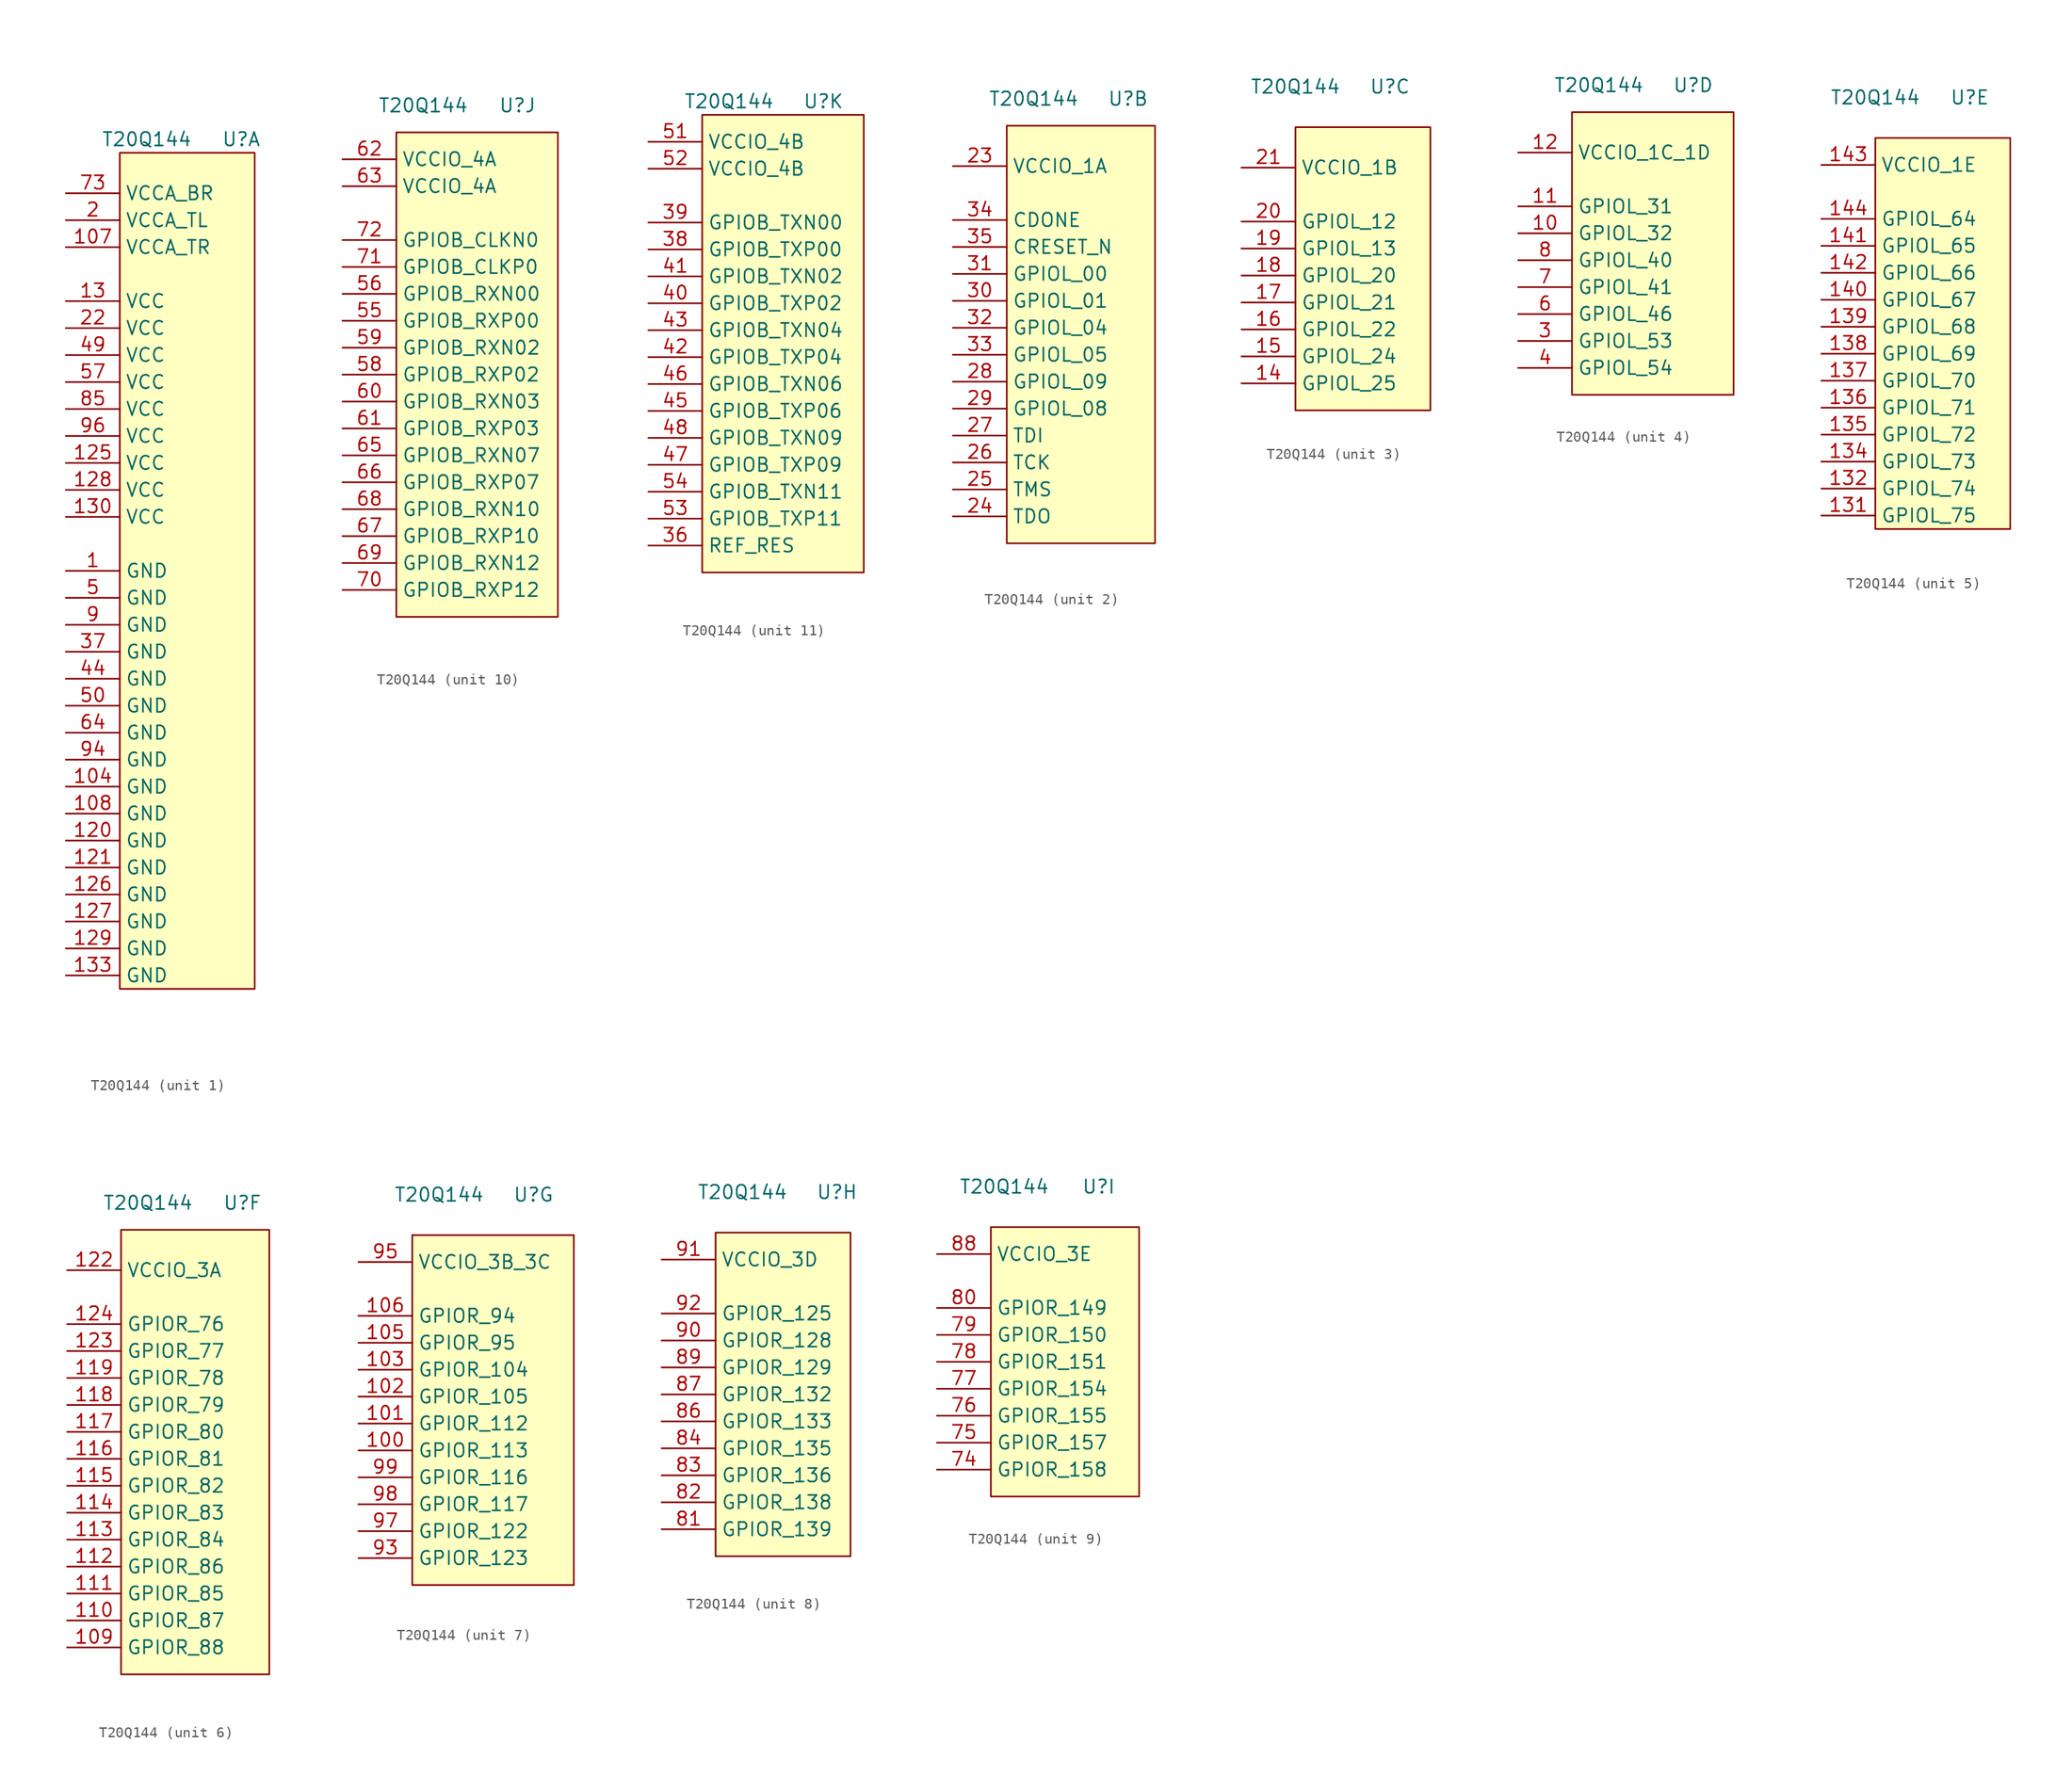
<source format=kicad_sym>
(kicad_symbol_lib
  (version 20211014)
  (generator kicad_symbol_editor)
  (symbol "T20Q144"
    (property "Reference" "U"
      (at 3.81 1.27 0)
      (effects (font (size 1.27 1.27))))
    (property "Value" "T20Q144"
      (at -5.08 1.27 0)
      (effects (font (size 1.27 1.27))))
    (property "ki_locked" ""
      (at 0 0 0)
      (effects (font (size 1.27 1.27))))
    (symbol "T20Q144_1_1"
      (rectangle (start -7.62 -78.74) (end 5.08 0) (stroke (width 0) (type default) (color 0 0 0 0)) (fill (type background)))
      (pin power_in line (at -12.7 -39.37 0) (length 5.08) (name "GND" (effects (font (size 1.27 1.27)))) (number "1" (effects (font (size 1.27 1.27)))))
      (pin power_in line (at -12.7 -59.69 0) (length 5.08) (name "GND" (effects (font (size 1.27 1.27)))) (number "104" (effects (font (size 1.27 1.27)))))
      (pin power_in line (at -12.7 -8.89 0) (length 5.08) (name "VCCA_TR" (effects (font (size 1.27 1.27)))) (number "107" (effects (font (size 1.27 1.27)))))
      (pin power_in line (at -12.7 -62.23 0) (length 5.08) (name "GND" (effects (font (size 1.27 1.27)))) (number "108" (effects (font (size 1.27 1.27)))))
      (pin power_in line (at -12.7 -64.77 0) (length 5.08) (name "GND" (effects (font (size 1.27 1.27)))) (number "120" (effects (font (size 1.27 1.27)))))
      (pin power_in line (at -12.7 -67.31 0) (length 5.08) (name "GND" (effects (font (size 1.27 1.27)))) (number "121" (effects (font (size 1.27 1.27)))))
      (pin power_in line (at -12.7 -29.21 0) (length 5.08) (name "VCC" (effects (font (size 1.27 1.27)))) (number "125" (effects (font (size 1.27 1.27)))))
      (pin power_in line (at -12.7 -69.85 0) (length 5.08) (name "GND" (effects (font (size 1.27 1.27)))) (number "126" (effects (font (size 1.27 1.27)))))
      (pin power_in line (at -12.7 -72.39 0) (length 5.08) (name "GND" (effects (font (size 1.27 1.27)))) (number "127" (effects (font (size 1.27 1.27)))))
      (pin power_in line (at -12.7 -31.75 0) (length 5.08) (name "VCC" (effects (font (size 1.27 1.27)))) (number "128" (effects (font (size 1.27 1.27)))))
      (pin power_in line (at -12.7 -74.93 0) (length 5.08) (name "GND" (effects (font (size 1.27 1.27)))) (number "129" (effects (font (size 1.27 1.27)))))
      (pin power_in line (at -12.7 -13.97 0) (length 5.08) (name "VCC" (effects (font (size 1.27 1.27)))) (number "13" (effects (font (size 1.27 1.27)))))
      (pin power_in line (at -12.7 -34.29 0) (length 5.08) (name "VCC" (effects (font (size 1.27 1.27)))) (number "130" (effects (font (size 1.27 1.27)))))
      (pin power_in line (at -12.7 -77.47 0) (length 5.08) (name "GND" (effects (font (size 1.27 1.27)))) (number "133" (effects (font (size 1.27 1.27)))))
      (pin power_in line (at -12.7 -6.35 0) (length 5.08) (name "VCCA_TL" (effects (font (size 1.27 1.27)))) (number "2" (effects (font (size 1.27 1.27)))))
      (pin power_in line (at -12.7 -16.51 0) (length 5.08) (name "VCC" (effects (font (size 1.27 1.27)))) (number "22" (effects (font (size 1.27 1.27)))))
      (pin power_in line (at -12.7 -46.99 0) (length 5.08) (name "GND" (effects (font (size 1.27 1.27)))) (number "37" (effects (font (size 1.27 1.27)))))
      (pin power_in line (at -12.7 -49.53 0) (length 5.08) (name "GND" (effects (font (size 1.27 1.27)))) (number "44" (effects (font (size 1.27 1.27)))))
      (pin power_in line (at -12.7 -19.05 0) (length 5.08) (name "VCC" (effects (font (size 1.27 1.27)))) (number "49" (effects (font (size 1.27 1.27)))))
      (pin power_in line (at -12.7 -41.91 0) (length 5.08) (name "GND" (effects (font (size 1.27 1.27)))) (number "5" (effects (font (size 1.27 1.27)))))
      (pin power_in line (at -12.7 -52.07 0) (length 5.08) (name "GND" (effects (font (size 1.27 1.27)))) (number "50" (effects (font (size 1.27 1.27)))))
      (pin power_in line (at -12.7 -21.59 0) (length 5.08) (name "VCC" (effects (font (size 1.27 1.27)))) (number "57" (effects (font (size 1.27 1.27)))))
      (pin power_in line (at -12.7 -54.61 0) (length 5.08) (name "GND" (effects (font (size 1.27 1.27)))) (number "64" (effects (font (size 1.27 1.27)))))
      (pin power_in line (at -12.7 -3.81 0) (length 5.08) (name "VCCA_BR" (effects (font (size 1.27 1.27)))) (number "73" (effects (font (size 1.27 1.27)))))
      (pin power_in line (at -12.7 -24.13 0) (length 5.08) (name "VCC" (effects (font (size 1.27 1.27)))) (number "85" (effects (font (size 1.27 1.27)))))
      (pin power_in line (at -12.7 -44.45 0) (length 5.08) (name "GND" (effects (font (size 1.27 1.27)))) (number "9" (effects (font (size 1.27 1.27)))))
      (pin power_in line (at -12.7 -57.15 0) (length 5.08) (name "GND" (effects (font (size 1.27 1.27)))) (number "94" (effects (font (size 1.27 1.27)))))
      (pin power_in line (at -12.7 -26.67 0) (length 5.08) (name "VCC" (effects (font (size 1.27 1.27)))) (number "96" (effects (font (size 1.27 1.27))))))
    (symbol "T20Q144_2_1"
      (rectangle (start -7.62 -40.64) (end 6.35 -1.27) (stroke (width 0) (type default) (color 0 0 0 0)) (fill (type background)))
      (pin power_in line (at -12.7 -5.08 0) (length 5.08) (name "VCCIO_1A" (effects (font (size 1.27 1.27)))) (number "23" (effects (font (size 1.27 1.27)))))
      (pin output line (at -12.7 -38.1 0) (length 5.08) (name "TDO" (effects (font (size 1.27 1.27)))) (number "24" (effects (font (size 1.27 1.27)))))
      (pin input line (at -12.7 -35.56 0) (length 5.08) (name "TMS" (effects (font (size 1.27 1.27)))) (number "25" (effects (font (size 1.27 1.27)))))
      (pin input line (at -12.7 -33.02 0) (length 5.08) (name "TCK" (effects (font (size 1.27 1.27)))) (number "26" (effects (font (size 1.27 1.27)))))
      (pin input line (at -12.7 -30.48 0) (length 5.08) (name "TDI" (effects (font (size 1.27 1.27)))) (number "27" (effects (font (size 1.27 1.27)))))
      (pin bidirectional line (at -12.7 -25.4 0) (length 5.08) (name "GPIOL_09" (effects (font (size 1.27 1.27)))) (number "28" (effects (font (size 1.27 1.27)))))
      (pin bidirectional line (at -12.7 -27.94 0) (length 5.08) (name "GPIOL_08" (effects (font (size 1.27 1.27)))) (number "29" (effects (font (size 1.27 1.27)))))
      (pin bidirectional line (at -12.7 -17.78 0) (length 5.08) (name "GPIOL_01" (effects (font (size 1.27 1.27)))) (number "30" (effects (font (size 1.27 1.27)))))
      (pin bidirectional line (at -12.7 -15.24 0) (length 5.08) (name "GPIOL_00" (effects (font (size 1.27 1.27)))) (number "31" (effects (font (size 1.27 1.27)))))
      (pin bidirectional line (at -12.7 -20.32 0) (length 5.08) (name "GPIOL_04" (effects (font (size 1.27 1.27)))) (number "32" (effects (font (size 1.27 1.27)))))
      (pin bidirectional line (at -12.7 -22.86 0) (length 5.08) (name "GPIOL_05" (effects (font (size 1.27 1.27)))) (number "33" (effects (font (size 1.27 1.27)))))
      (pin input line (at -12.7 -10.16 0) (length 5.08) (name "CDONE" (effects (font (size 1.27 1.27)))) (number "34" (effects (font (size 1.27 1.27)))))
      (pin input line (at -12.7 -12.7 0) (length 5.08) (name "CRESET_N" (effects (font (size 1.27 1.27)))) (number "35" (effects (font (size 1.27 1.27))))))
    (symbol "T20Q144_3_1"
      (rectangle (start -5.08 -29.21) (end 7.62 -2.54) (stroke (width 0) (type default) (color 0 0 0 0)) (fill (type background)))
      (pin bidirectional line (at -10.16 -26.67 0) (length 5.08) (name "GPIOL_25" (effects (font (size 1.27 1.27)))) (number "14" (effects (font (size 1.27 1.27)))))
      (pin bidirectional line (at -10.16 -24.13 0) (length 5.08) (name "GPIOL_24" (effects (font (size 1.27 1.27)))) (number "15" (effects (font (size 1.27 1.27)))))
      (pin bidirectional line (at -10.16 -21.59 0) (length 5.08) (name "GPIOL_22" (effects (font (size 1.27 1.27)))) (number "16" (effects (font (size 1.27 1.27)))))
      (pin bidirectional line (at -10.16 -19.05 0) (length 5.08) (name "GPIOL_21" (effects (font (size 1.27 1.27)))) (number "17" (effects (font (size 1.27 1.27)))))
      (pin bidirectional line (at -10.16 -16.51 0) (length 5.08) (name "GPIOL_20" (effects (font (size 1.27 1.27)))) (number "18" (effects (font (size 1.27 1.27)))))
      (pin bidirectional line (at -10.16 -13.97 0) (length 5.08) (name "GPIOL_13" (effects (font (size 1.27 1.27)))) (number "19" (effects (font (size 1.27 1.27)))))
      (pin bidirectional line (at -10.16 -11.43 0) (length 5.08) (name "GPIOL_12" (effects (font (size 1.27 1.27)))) (number "20" (effects (font (size 1.27 1.27)))))
      (pin power_in line (at -10.16 -6.35 0) (length 5.08) (name "VCCIO_1B" (effects (font (size 1.27 1.27)))) (number "21" (effects (font (size 1.27 1.27))))))
    (symbol "T20Q144_4_1"
      (rectangle (start -7.62 -27.94) (end 7.62 -1.27) (stroke (width 0) (type default) (color 0 0 0 0)) (fill (type background)))
      (pin bidirectional line (at -12.7 -12.7 0) (length 5.08) (name "GPIOL_32" (effects (font (size 1.27 1.27)))) (number "10" (effects (font (size 1.27 1.27)))))
      (pin bidirectional line (at -12.7 -10.16 0) (length 5.08) (name "GPIOL_31" (effects (font (size 1.27 1.27)))) (number "11" (effects (font (size 1.27 1.27)))))
      (pin power_in line (at -12.7 -5.08 0) (length 5.08) (name "VCCIO_1C_1D" (effects (font (size 1.27 1.27)))) (number "12" (effects (font (size 1.27 1.27)))))
      (pin bidirectional line (at -12.7 -22.86 0) (length 5.08) (name "GPIOL_53" (effects (font (size 1.27 1.27)))) (number "3" (effects (font (size 1.27 1.27)))))
      (pin bidirectional line (at -12.7 -25.4 0) (length 5.08) (name "GPIOL_54" (effects (font (size 1.27 1.27)))) (number "4" (effects (font (size 1.27 1.27)))))
      (pin bidirectional line (at -12.7 -20.32 0) (length 5.08) (name "GPIOL_46" (effects (font (size 1.27 1.27)))) (number "6" (effects (font (size 1.27 1.27)))))
      (pin bidirectional line (at -12.7 -17.78 0) (length 5.08) (name "GPIOL_41" (effects (font (size 1.27 1.27)))) (number "7" (effects (font (size 1.27 1.27)))))
      (pin bidirectional line (at -12.7 -15.24 0) (length 5.08) (name "GPIOL_40" (effects (font (size 1.27 1.27)))) (number "8" (effects (font (size 1.27 1.27))))))
    (symbol "T20Q144_5_1"
      (rectangle (start -5.08 -39.37) (end 7.62 -2.54) (stroke (width 0) (type default) (color 0 0 0 0)) (fill (type background)))
      (pin bidirectional line (at -10.16 -38.1 0) (length 5.08) (name "GPIOL_75" (effects (font (size 1.27 1.27)))) (number "131" (effects (font (size 1.27 1.27)))))
      (pin bidirectional line (at -10.16 -35.56 0) (length 5.08) (name "GPIOL_74" (effects (font (size 1.27 1.27)))) (number "132" (effects (font (size 1.27 1.27)))))
      (pin bidirectional line (at -10.16 -33.02 0) (length 5.08) (name "GPIOL_73" (effects (font (size 1.27 1.27)))) (number "134" (effects (font (size 1.27 1.27)))))
      (pin bidirectional line (at -10.16 -30.48 0) (length 5.08) (name "GPIOL_72" (effects (font (size 1.27 1.27)))) (number "135" (effects (font (size 1.27 1.27)))))
      (pin bidirectional line (at -10.16 -27.94 0) (length 5.08) (name "GPIOL_71" (effects (font (size 1.27 1.27)))) (number "136" (effects (font (size 1.27 1.27)))))
      (pin bidirectional line (at -10.16 -25.4 0) (length 5.08) (name "GPIOL_70" (effects (font (size 1.27 1.27)))) (number "137" (effects (font (size 1.27 1.27)))))
      (pin bidirectional line (at -10.16 -22.86 0) (length 5.08) (name "GPIOL_69" (effects (font (size 1.27 1.27)))) (number "138" (effects (font (size 1.27 1.27)))))
      (pin bidirectional line (at -10.16 -20.32 0) (length 5.08) (name "GPIOL_68" (effects (font (size 1.27 1.27)))) (number "139" (effects (font (size 1.27 1.27)))))
      (pin bidirectional line (at -10.16 -17.78 0) (length 5.08) (name "GPIOL_67" (effects (font (size 1.27 1.27)))) (number "140" (effects (font (size 1.27 1.27)))))
      (pin bidirectional line (at -10.16 -12.7 0) (length 5.08) (name "GPIOL_65" (effects (font (size 1.27 1.27)))) (number "141" (effects (font (size 1.27 1.27)))))
      (pin bidirectional line (at -10.16 -15.24 0) (length 5.08) (name "GPIOL_66" (effects (font (size 1.27 1.27)))) (number "142" (effects (font (size 1.27 1.27)))))
      (pin power_in line (at -10.16 -5.08 0) (length 5.08) (name "VCCIO_1E" (effects (font (size 1.27 1.27)))) (number "143" (effects (font (size 1.27 1.27)))))
      (pin bidirectional line (at -10.16 -10.16 0) (length 5.08) (name "GPIOL_64" (effects (font (size 1.27 1.27)))) (number "144" (effects (font (size 1.27 1.27))))))
    (symbol "T20Q144_6_1"
      (rectangle (start -7.62 -43.18) (end 6.35 -1.27) (stroke (width 0) (type default) (color 0 0 0 0)) (fill (type background)))
      (pin bidirectional line (at -12.7 -40.64 0) (length 5.08) (name "GPIOR_88" (effects (font (size 1.27 1.27)))) (number "109" (effects (font (size 1.27 1.27)))))
      (pin bidirectional line (at -12.7 -38.1 0) (length 5.08) (name "GPIOR_87" (effects (font (size 1.27 1.27)))) (number "110" (effects (font (size 1.27 1.27)))))
      (pin bidirectional line (at -12.7 -35.56 0) (length 5.08) (name "GPIOR_85" (effects (font (size 1.27 1.27)))) (number "111" (effects (font (size 1.27 1.27)))))
      (pin bidirectional line (at -12.7 -33.02 0) (length 5.08) (name "GPIOR_86" (effects (font (size 1.27 1.27)))) (number "112" (effects (font (size 1.27 1.27)))))
      (pin bidirectional line (at -12.7 -30.48 0) (length 5.08) (name "GPIOR_84" (effects (font (size 1.27 1.27)))) (number "113" (effects (font (size 1.27 1.27)))))
      (pin bidirectional line (at -12.7 -27.94 0) (length 5.08) (name "GPIOR_83" (effects (font (size 1.27 1.27)))) (number "114" (effects (font (size 1.27 1.27)))))
      (pin bidirectional line (at -12.7 -25.4 0) (length 5.08) (name "GPIOR_82" (effects (font (size 1.27 1.27)))) (number "115" (effects (font (size 1.27 1.27)))))
      (pin bidirectional line (at -12.7 -22.86 0) (length 5.08) (name "GPIOR_81" (effects (font (size 1.27 1.27)))) (number "116" (effects (font (size 1.27 1.27)))))
      (pin bidirectional line (at -12.7 -20.32 0) (length 5.08) (name "GPIOR_80" (effects (font (size 1.27 1.27)))) (number "117" (effects (font (size 1.27 1.27)))))
      (pin bidirectional line (at -12.7 -17.78 0) (length 5.08) (name "GPIOR_79" (effects (font (size 1.27 1.27)))) (number "118" (effects (font (size 1.27 1.27)))))
      (pin bidirectional line (at -12.7 -15.24 0) (length 5.08) (name "GPIOR_78" (effects (font (size 1.27 1.27)))) (number "119" (effects (font (size 1.27 1.27)))))
      (pin power_in line (at -12.7 -5.08 0) (length 5.08) (name "VCCIO_3A" (effects (font (size 1.27 1.27)))) (number "122" (effects (font (size 1.27 1.27)))))
      (pin bidirectional line (at -12.7 -12.7 0) (length 5.08) (name "GPIOR_77" (effects (font (size 1.27 1.27)))) (number "123" (effects (font (size 1.27 1.27)))))
      (pin bidirectional line (at -12.7 -10.16 0) (length 5.08) (name "GPIOR_76" (effects (font (size 1.27 1.27)))) (number "124" (effects (font (size 1.27 1.27))))))
    (symbol "T20Q144_7_1"
      (rectangle (start -7.62 -35.56) (end 7.62 -2.54) (stroke (width 0) (type default) (color 0 0 0 0)) (fill (type background)))
      (pin bidirectional line (at -12.7 -22.86 0) (length 5.08) (name "GPIOR_113" (effects (font (size 1.27 1.27)))) (number "100" (effects (font (size 1.27 1.27)))))
      (pin bidirectional line (at -12.7 -20.32 0) (length 5.08) (name "GPIOR_112" (effects (font (size 1.27 1.27)))) (number "101" (effects (font (size 1.27 1.27)))))
      (pin bidirectional line (at -12.7 -17.78 0) (length 5.08) (name "GPIOR_105" (effects (font (size 1.27 1.27)))) (number "102" (effects (font (size 1.27 1.27)))))
      (pin bidirectional line (at -12.7 -15.24 0) (length 5.08) (name "GPIOR_104" (effects (font (size 1.27 1.27)))) (number "103" (effects (font (size 1.27 1.27)))))
      (pin bidirectional line (at -12.7 -12.7 0) (length 5.08) (name "GPIOR_95" (effects (font (size 1.27 1.27)))) (number "105" (effects (font (size 1.27 1.27)))))
      (pin bidirectional line (at -12.7 -10.16 0) (length 5.08) (name "GPIOR_94" (effects (font (size 1.27 1.27)))) (number "106" (effects (font (size 1.27 1.27)))))
      (pin bidirectional line (at -12.7 -33.02 0) (length 5.08) (name "GPIOR_123" (effects (font (size 1.27 1.27)))) (number "93" (effects (font (size 1.27 1.27)))))
      (pin power_in line (at -12.7 -5.08 0) (length 5.08) (name "VCCIO_3B_3C" (effects (font (size 1.27 1.27)))) (number "95" (effects (font (size 1.27 1.27)))))
      (pin bidirectional line (at -12.7 -30.48 0) (length 5.08) (name "GPIOR_122" (effects (font (size 1.27 1.27)))) (number "97" (effects (font (size 1.27 1.27)))))
      (pin bidirectional line (at -12.7 -27.94 0) (length 5.08) (name "GPIOR_117" (effects (font (size 1.27 1.27)))) (number "98" (effects (font (size 1.27 1.27)))))
      (pin bidirectional line (at -12.7 -25.4 0) (length 5.08) (name "GPIOR_116" (effects (font (size 1.27 1.27)))) (number "99" (effects (font (size 1.27 1.27))))))
    (symbol "T20Q144_8_1"
      (rectangle (start -7.62 -33.02) (end 5.08 -2.54) (stroke (width 0) (type default) (color 0 0 0 0)) (fill (type background)))
      (pin bidirectional line (at -12.7 -30.48 0) (length 5.08) (name "GPIOR_139" (effects (font (size 1.27 1.27)))) (number "81" (effects (font (size 1.27 1.27)))))
      (pin bidirectional line (at -12.7 -27.94 0) (length 5.08) (name "GPIOR_138" (effects (font (size 1.27 1.27)))) (number "82" (effects (font (size 1.27 1.27)))))
      (pin bidirectional line (at -12.7 -25.4 0) (length 5.08) (name "GPIOR_136" (effects (font (size 1.27 1.27)))) (number "83" (effects (font (size 1.27 1.27)))))
      (pin bidirectional line (at -12.7 -22.86 0) (length 5.08) (name "GPIOR_135" (effects (font (size 1.27 1.27)))) (number "84" (effects (font (size 1.27 1.27)))))
      (pin bidirectional line (at -12.7 -20.32 0) (length 5.08) (name "GPIOR_133" (effects (font (size 1.27 1.27)))) (number "86" (effects (font (size 1.27 1.27)))))
      (pin bidirectional line (at -12.7 -17.78 0) (length 5.08) (name "GPIOR_132" (effects (font (size 1.27 1.27)))) (number "87" (effects (font (size 1.27 1.27)))))
      (pin bidirectional line (at -12.7 -15.24 0) (length 5.08) (name "GPIOR_129" (effects (font (size 1.27 1.27)))) (number "89" (effects (font (size 1.27 1.27)))))
      (pin bidirectional line (at -12.7 -12.7 0) (length 5.08) (name "GPIOR_128" (effects (font (size 1.27 1.27)))) (number "90" (effects (font (size 1.27 1.27)))))
      (pin power_in line (at -12.7 -5.08 0) (length 5.08) (name "VCCIO_3D" (effects (font (size 1.27 1.27)))) (number "91" (effects (font (size 1.27 1.27)))))
      (pin bidirectional line (at -12.7 -10.16 0) (length 5.08) (name "GPIOR_125" (effects (font (size 1.27 1.27)))) (number "92" (effects (font (size 1.27 1.27))))))
    (symbol "T20Q144_9_1"
      (rectangle (start -6.35 -27.94) (end 7.62 -2.54) (stroke (width 0) (type default) (color 0 0 0 0)) (fill (type background)))
      (pin bidirectional line (at -11.43 -25.4 0) (length 5.08) (name "GPIOR_158" (effects (font (size 1.27 1.27)))) (number "74" (effects (font (size 1.27 1.27)))))
      (pin bidirectional line (at -11.43 -22.86 0) (length 5.08) (name "GPIOR_157" (effects (font (size 1.27 1.27)))) (number "75" (effects (font (size 1.27 1.27)))))
      (pin bidirectional line (at -11.43 -20.32 0) (length 5.08) (name "GPIOR_155" (effects (font (size 1.27 1.27)))) (number "76" (effects (font (size 1.27 1.27)))))
      (pin bidirectional line (at -11.43 -17.78 0) (length 5.08) (name "GPIOR_154" (effects (font (size 1.27 1.27)))) (number "77" (effects (font (size 1.27 1.27)))))
      (pin bidirectional line (at -11.43 -15.24 0) (length 5.08) (name "GPIOR_151" (effects (font (size 1.27 1.27)))) (number "78" (effects (font (size 1.27 1.27)))))
      (pin bidirectional line (at -11.43 -12.7 0) (length 5.08) (name "GPIOR_150" (effects (font (size 1.27 1.27)))) (number "79" (effects (font (size 1.27 1.27)))))
      (pin bidirectional line (at -11.43 -10.16 0) (length 5.08) (name "GPIOR_149" (effects (font (size 1.27 1.27)))) (number "80" (effects (font (size 1.27 1.27)))))
      (pin power_in line (at -11.43 -5.08 0) (length 5.08) (name "VCCIO_3E" (effects (font (size 1.27 1.27)))) (number "88" (effects (font (size 1.27 1.27))))))
    (symbol "T20Q144_10_1"
      (rectangle (start -7.62 -46.99) (end 7.62 -1.27) (stroke (width 0) (type default) (color 0 0 0 0)) (fill (type background)))
      (pin bidirectional line (at -12.7 -19.05 0) (length 5.08) (name "GPIOB_RXP00" (effects (font (size 1.27 1.27)))) (number "55" (effects (font (size 1.27 1.27)))))
      (pin bidirectional line (at -12.7 -16.51 0) (length 5.08) (name "GPIOB_RXN00" (effects (font (size 1.27 1.27)))) (number "56" (effects (font (size 1.27 1.27)))))
      (pin bidirectional line (at -12.7 -24.13 0) (length 5.08) (name "GPIOB_RXP02" (effects (font (size 1.27 1.27)))) (number "58" (effects (font (size 1.27 1.27)))))
      (pin bidirectional line (at -12.7 -21.59 0) (length 5.08) (name "GPIOB_RXN02" (effects (font (size 1.27 1.27)))) (number "59" (effects (font (size 1.27 1.27)))))
      (pin bidirectional line (at -12.7 -26.67 0) (length 5.08) (name "GPIOB_RXN03" (effects (font (size 1.27 1.27)))) (number "60" (effects (font (size 1.27 1.27)))))
      (pin bidirectional line (at -12.7 -29.21 0) (length 5.08) (name "GPIOB_RXP03" (effects (font (size 1.27 1.27)))) (number "61" (effects (font (size 1.27 1.27)))))
      (pin power_in line (at -12.7 -3.81 0) (length 5.08) (name "VCCIO_4A" (effects (font (size 1.27 1.27)))) (number "62" (effects (font (size 1.27 1.27)))))
      (pin power_in line (at -12.7 -6.35 0) (length 5.08) (name "VCCIO_4A" (effects (font (size 1.27 1.27)))) (number "63" (effects (font (size 1.27 1.27)))))
      (pin bidirectional line (at -12.7 -31.75 0) (length 5.08) (name "GPIOB_RXN07" (effects (font (size 1.27 1.27)))) (number "65" (effects (font (size 1.27 1.27)))))
      (pin bidirectional line (at -12.7 -34.29 0) (length 5.08) (name "GPIOB_RXP07" (effects (font (size 1.27 1.27)))) (number "66" (effects (font (size 1.27 1.27)))))
      (pin bidirectional line (at -12.7 -39.37 0) (length 5.08) (name "GPIOB_RXP10" (effects (font (size 1.27 1.27)))) (number "67" (effects (font (size 1.27 1.27)))))
      (pin bidirectional line (at -12.7 -36.83 0) (length 5.08) (name "GPIOB_RXN10" (effects (font (size 1.27 1.27)))) (number "68" (effects (font (size 1.27 1.27)))))
      (pin bidirectional line (at -12.7 -41.91 0) (length 5.08) (name "GPIOB_RXN12" (effects (font (size 1.27 1.27)))) (number "69" (effects (font (size 1.27 1.27)))))
      (pin bidirectional line (at -12.7 -44.45 0) (length 5.08) (name "GPIOB_RXP12" (effects (font (size 1.27 1.27)))) (number "70" (effects (font (size 1.27 1.27)))))
      (pin input line (at -12.7 -13.97 0) (length 5.08) (name "GPIOB_CLKP0" (effects (font (size 1.27 1.27)))) (number "71" (effects (font (size 1.27 1.27)))))
      (pin input line (at -12.7 -11.43 0) (length 5.08) (name "GPIOB_CLKN0" (effects (font (size 1.27 1.27)))) (number "72" (effects (font (size 1.27 1.27))))))
    (symbol "T20Q144_11_1"
      (rectangle (start -7.62 -43.18) (end 7.62 0) (stroke (width 0) (type default) (color 0 0 0 0)) (fill (type background)))
      (pin input line (at -12.7 -40.64 0) (length 5.08) (name "REF_RES" (effects (font (size 1.27 1.27)))) (number "36" (effects (font (size 1.27 1.27)))))
      (pin bidirectional line (at -12.7 -12.7 0) (length 5.08) (name "GPIOB_TXP00" (effects (font (size 1.27 1.27)))) (number "38" (effects (font (size 1.27 1.27)))))
      (pin bidirectional line (at -12.7 -10.16 0) (length 5.08) (name "GPIOB_TXN00" (effects (font (size 1.27 1.27)))) (number "39" (effects (font (size 1.27 1.27)))))
      (pin bidirectional line (at -12.7 -17.78 0) (length 5.08) (name "GPIOB_TXP02" (effects (font (size 1.27 1.27)))) (number "40" (effects (font (size 1.27 1.27)))))
      (pin bidirectional line (at -12.7 -15.24 0) (length 5.08) (name "GPIOB_TXN02" (effects (font (size 1.27 1.27)))) (number "41" (effects (font (size 1.27 1.27)))))
      (pin bidirectional line (at -12.7 -22.86 0) (length 5.08) (name "GPIOB_TXP04" (effects (font (size 1.27 1.27)))) (number "42" (effects (font (size 1.27 1.27)))))
      (pin bidirectional line (at -12.7 -20.32 0) (length 5.08) (name "GPIOB_TXN04" (effects (font (size 1.27 1.27)))) (number "43" (effects (font (size 1.27 1.27)))))
      (pin bidirectional line (at -12.7 -27.94 0) (length 5.08) (name "GPIOB_TXP06" (effects (font (size 1.27 1.27)))) (number "45" (effects (font (size 1.27 1.27)))))
      (pin bidirectional line (at -12.7 -25.4 0) (length 5.08) (name "GPIOB_TXN06" (effects (font (size 1.27 1.27)))) (number "46" (effects (font (size 1.27 1.27)))))
      (pin bidirectional line (at -12.7 -33.02 0) (length 5.08) (name "GPIOB_TXP09" (effects (font (size 1.27 1.27)))) (number "47" (effects (font (size 1.27 1.27)))))
      (pin bidirectional line (at -12.7 -30.48 0) (length 5.08) (name "GPIOB_TXN09" (effects (font (size 1.27 1.27)))) (number "48" (effects (font (size 1.27 1.27)))))
      (pin power_in line (at -12.7 -2.54 0) (length 5.08) (name "VCCIO_4B" (effects (font (size 1.27 1.27)))) (number "51" (effects (font (size 1.27 1.27)))))
      (pin power_in line (at -12.7 -5.08 0) (length 5.08) (name "VCCIO_4B" (effects (font (size 1.27 1.27)))) (number "52" (effects (font (size 1.27 1.27)))))
      (pin bidirectional line (at -12.7 -38.1 0) (length 5.08) (name "GPIOB_TXP11" (effects (font (size 1.27 1.27)))) (number "53" (effects (font (size 1.27 1.27)))))
      (pin bidirectional line (at -12.7 -35.56 0) (length 5.08) (name "GPIOB_TXN11" (effects (font (size 1.27 1.27)))) (number "54" (effects (font (size 1.27 1.27))))))))
</source>
